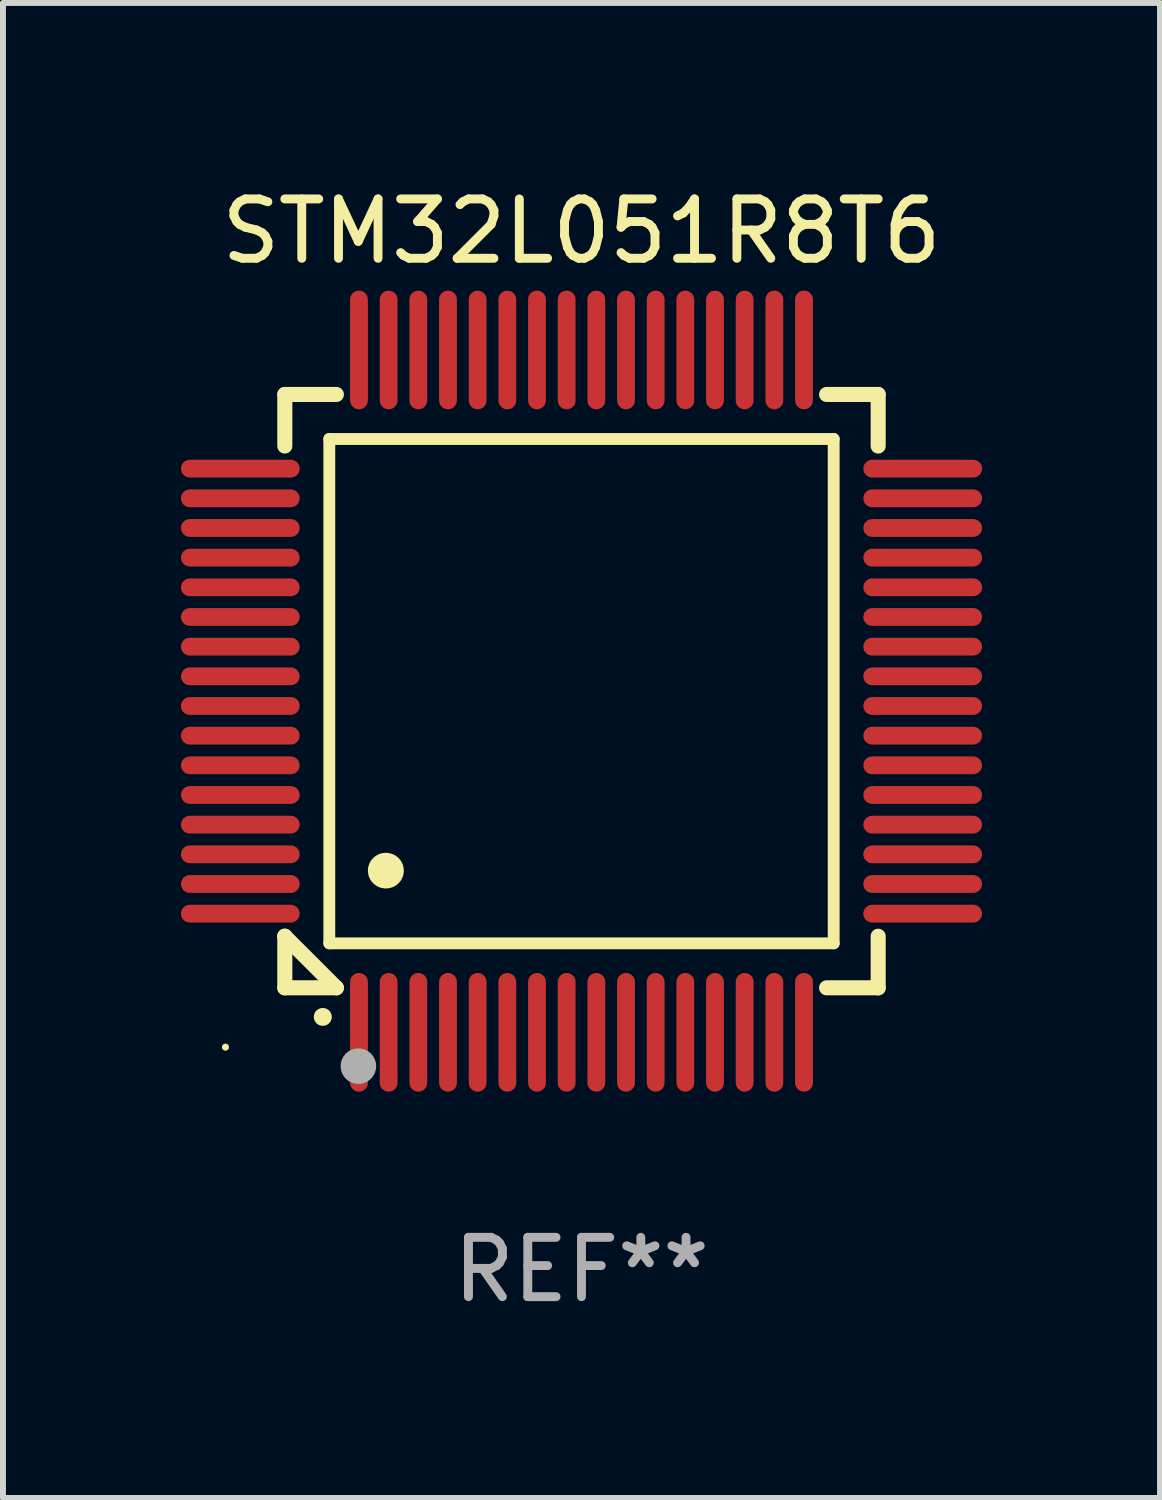
<source format=kicad_pcb>
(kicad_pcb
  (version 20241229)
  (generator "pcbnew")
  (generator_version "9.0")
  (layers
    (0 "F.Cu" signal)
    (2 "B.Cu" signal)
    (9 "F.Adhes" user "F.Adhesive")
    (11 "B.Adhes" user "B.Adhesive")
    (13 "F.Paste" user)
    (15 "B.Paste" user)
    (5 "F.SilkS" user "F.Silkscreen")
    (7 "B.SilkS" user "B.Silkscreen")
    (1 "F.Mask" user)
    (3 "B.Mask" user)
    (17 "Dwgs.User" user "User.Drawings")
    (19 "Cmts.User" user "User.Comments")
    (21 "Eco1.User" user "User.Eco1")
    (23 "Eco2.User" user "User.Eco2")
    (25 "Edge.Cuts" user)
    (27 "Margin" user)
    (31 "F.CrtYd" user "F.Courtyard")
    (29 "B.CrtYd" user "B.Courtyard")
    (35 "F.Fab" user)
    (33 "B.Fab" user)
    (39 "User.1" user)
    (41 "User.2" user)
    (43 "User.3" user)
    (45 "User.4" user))
  (footprint "STM32L051R8T6"
    (layer "F.Cu")
    (at 6.75 8.598)
    (property "Reference" "STM32L051R8T6" (at 0 -7.75 0) (layer "F.SilkS") (effects (font (size 1 1) (thickness 0.15))))
    (attr through_hole)
    (fp_line (start -5 -5) (end -4.131 -5) (stroke (width 0.254) (type solid)) (layer "F.SilkS"))
    (fp_line (start -5 -4.131) (end -5 -5) (stroke (width 0.254) (type solid)) (layer "F.SilkS"))
    (fp_line (start -5 4.131) (end -5 4.131) (stroke (width 0.254) (type solid)) (layer "F.SilkS"))
    (fp_line (start -5 5) (end -5 4.131) (stroke (width 0.254) (type solid)) (layer "F.SilkS"))
    (fp_line (start -5 4.131) (end -4.131 5) (stroke (width 0.254) (type solid)) (layer "F.SilkS"))
    (fp_line (start -4.25 -4.25) (end -4.25 4.25) (stroke (width 0.2) (type solid)) (layer "F.SilkS"))
    (fp_line (start -4.25 4.25) (end 4.25 4.25) (stroke (width 0.2) (type solid)) (layer "F.SilkS"))
    (fp_line (start -4.131 5) (end -5 5) (stroke (width 0.254) (type solid)) (layer "F.SilkS"))
    (fp_line (start 4.25 -4.25) (end -4.25 -4.25) (stroke (width 0.2) (type solid)) (layer "F.SilkS"))
    (fp_line (start 4.25 4.25) (end 4.25 -4.25) (stroke (width 0.2) (type solid)) (layer "F.SilkS"))
    (fp_line (start 5 -5) (end 4.131 -5) (stroke (width 0.254) (type solid)) (layer "F.SilkS"))
    (fp_line (start 5 -5) (end 5 -4.131) (stroke (width 0.254) (type solid)) (layer "F.SilkS"))
    (fp_line (start 5 4.131) (end 5 5) (stroke (width 0.254) (type solid)) (layer "F.SilkS"))
    (fp_line (start 5 5) (end 4.131 5) (stroke (width 0.254) (type solid)) (layer "F.SilkS"))
    (fp_arc (start -4.361265 5.489992) (mid -4.359995 5.489987) (end -4.358725 5.489992) (stroke (width 0.3) (type solid)) (layer "F.SilkS"))
    (fp_arc (start -3.299467 3.025146) (mid -3.296927 3.025135) (end -3.294387 3.025146) (stroke (width 0.6) (type solid)) (layer "F.SilkS"))
    (fp_circle (center -6 6) (end -5.97 6) (stroke (width 0.06) (type solid)) (fill no) (layer "F.SilkS"))
    (fp_circle (center -3.76 6.32) (end -3.61 6.32) (stroke (width 0.3) (type solid)) (fill no) (layer "F.Fab"))
    (fp_text user "REF**" (at 0 9.75 0) (layer "F.Fab") (effects (font (size 1 1) (thickness 0.15))))
    (pad "1" smd oval (at -3.75 5.75) (size 0.3 2) (layers "F.Cu" "F.Mask" "F.Paste"))
    (pad "2" smd oval (at -3.25 5.75) (size 0.3 2) (layers "F.Cu" "F.Mask" "F.Paste"))
    (pad "3" smd oval (at -2.75 5.75) (size 0.3 2) (layers "F.Cu" "F.Mask" "F.Paste"))
    (pad "4" smd oval (at -2.25 5.75) (size 0.3 2) (layers "F.Cu" "F.Mask" "F.Paste"))
    (pad "5" smd oval (at -1.75 5.75) (size 0.3 2) (layers "F.Cu" "F.Mask" "F.Paste"))
    (pad "6" smd oval (at -1.25 5.75) (size 0.3 2) (layers "F.Cu" "F.Mask" "F.Paste"))
    (pad "7" smd oval (at -0.75 5.75) (size 0.3 2) (layers "F.Cu" "F.Mask" "F.Paste"))
    (pad "8" smd oval (at -0.25 5.75) (size 0.3 2) (layers "F.Cu" "F.Mask" "F.Paste"))
    (pad "9" smd oval (at 0.25 5.75) (size 0.3 2) (layers "F.Cu" "F.Mask" "F.Paste"))
    (pad "10" smd oval (at 0.75 5.75) (size 0.3 2) (layers "F.Cu" "F.Mask" "F.Paste"))
    (pad "11" smd oval (at 1.25 5.75) (size 0.3 2) (layers "F.Cu" "F.Mask" "F.Paste"))
    (pad "12" smd oval (at 1.75 5.75) (size 0.3 2) (layers "F.Cu" "F.Mask" "F.Paste"))
    (pad "13" smd oval (at 2.25 5.75) (size 0.3 2) (layers "F.Cu" "F.Mask" "F.Paste"))
    (pad "14" smd oval (at 2.75 5.75) (size 0.3 2) (layers "F.Cu" "F.Mask" "F.Paste"))
    (pad "15" smd oval (at 3.25 5.75) (size 0.3 2) (layers "F.Cu" "F.Mask" "F.Paste"))
    (pad "16" smd oval (at 3.75 5.75) (size 0.3 2) (layers "F.Cu" "F.Mask" "F.Paste"))
    (pad "17" smd oval (at 5.75 3.75) (size 2 0.3) (layers "F.Cu" "F.Mask" "F.Paste"))
    (pad "18" smd oval (at 5.75 3.25) (size 2 0.3) (layers "F.Cu" "F.Mask" "F.Paste"))
    (pad "19" smd oval (at 5.75 2.75) (size 2 0.3) (layers "F.Cu" "F.Mask" "F.Paste"))
    (pad "20" smd oval (at 5.75 2.25) (size 2 0.3) (layers "F.Cu" "F.Mask" "F.Paste"))
    (pad "21" smd oval (at 5.75 1.75) (size 2 0.3) (layers "F.Cu" "F.Mask" "F.Paste"))
    (pad "22" smd oval (at 5.75 1.25) (size 2 0.3) (layers "F.Cu" "F.Mask" "F.Paste"))
    (pad "23" smd oval (at 5.75 0.75) (size 2 0.3) (layers "F.Cu" "F.Mask" "F.Paste"))
    (pad "24" smd oval (at 5.75 0.25) (size 2 0.3) (layers "F.Cu" "F.Mask" "F.Paste"))
    (pad "25" smd oval (at 5.75 -0.25) (size 2 0.3) (layers "F.Cu" "F.Mask" "F.Paste"))
    (pad "26" smd oval (at 5.75 -0.75) (size 2 0.3) (layers "F.Cu" "F.Mask" "F.Paste"))
    (pad "27" smd oval (at 5.75 -1.25) (size 2 0.3) (layers "F.Cu" "F.Mask" "F.Paste"))
    (pad "28" smd oval (at 5.75 -1.75) (size 2 0.3) (layers "F.Cu" "F.Mask" "F.Paste"))
    (pad "29" smd oval (at 5.75 -2.25) (size 2 0.3) (layers "F.Cu" "F.Mask" "F.Paste"))
    (pad "30" smd oval (at 5.75 -2.75) (size 2 0.3) (layers "F.Cu" "F.Mask" "F.Paste"))
    (pad "31" smd oval (at 5.75 -3.25) (size 2 0.3) (layers "F.Cu" "F.Mask" "F.Paste"))
    (pad "32" smd oval (at 5.75 -3.75) (size 2 0.3) (layers "F.Cu" "F.Mask" "F.Paste"))
    (pad "33" smd oval (at 3.75 -5.75) (size 0.3 2) (layers "F.Cu" "F.Mask" "F.Paste"))
    (pad "34" smd oval (at 3.25 -5.75) (size 0.3 2) (layers "F.Cu" "F.Mask" "F.Paste"))
    (pad "35" smd oval (at 2.75 -5.75) (size 0.3 2) (layers "F.Cu" "F.Mask" "F.Paste"))
    (pad "36" smd oval (at 2.25 -5.75) (size 0.3 2) (layers "F.Cu" "F.Mask" "F.Paste"))
    (pad "37" smd oval (at 1.75 -5.75) (size 0.3 2) (layers "F.Cu" "F.Mask" "F.Paste"))
    (pad "38" smd oval (at 1.25 -5.75) (size 0.3 2) (layers "F.Cu" "F.Mask" "F.Paste"))
    (pad "39" smd oval (at 0.75 -5.75) (size 0.3 2) (layers "F.Cu" "F.Mask" "F.Paste"))
    (pad "40" smd oval (at 0.25 -5.75) (size 0.3 2) (layers "F.Cu" "F.Mask" "F.Paste"))
    (pad "41" smd oval (at -0.25 -5.75) (size 0.3 2) (layers "F.Cu" "F.Mask" "F.Paste"))
    (pad "42" smd oval (at -0.75 -5.75) (size 0.3 2) (layers "F.Cu" "F.Mask" "F.Paste"))
    (pad "43" smd oval (at -1.25 -5.75) (size 0.3 2) (layers "F.Cu" "F.Mask" "F.Paste"))
    (pad "44" smd oval (at -1.75 -5.75) (size 0.3 2) (layers "F.Cu" "F.Mask" "F.Paste"))
    (pad "45" smd oval (at -2.25 -5.75) (size 0.3 2) (layers "F.Cu" "F.Mask" "F.Paste"))
    (pad "46" smd oval (at -2.75 -5.75) (size 0.3 2) (layers "F.Cu" "F.Mask" "F.Paste"))
    (pad "47" smd oval (at -3.25 -5.75) (size 0.3 2) (layers "F.Cu" "F.Mask" "F.Paste"))
    (pad "48" smd oval (at -3.75 -5.75) (size 0.3 2) (layers "F.Cu" "F.Mask" "F.Paste"))
    (pad "49" smd oval (at -5.75 -3.75) (size 2 0.3) (layers "F.Cu" "F.Mask" "F.Paste"))
    (pad "50" smd oval (at -5.75 -3.25) (size 2 0.3) (layers "F.Cu" "F.Mask" "F.Paste"))
    (pad "51" smd oval (at -5.75 -2.75) (size 2 0.3) (layers "F.Cu" "F.Mask" "F.Paste"))
    (pad "52" smd oval (at -5.75 -2.25) (size 2 0.3) (layers "F.Cu" "F.Mask" "F.Paste"))
    (pad "53" smd oval (at -5.75 -1.75) (size 2 0.3) (layers "F.Cu" "F.Mask" "F.Paste"))
    (pad "54" smd oval (at -5.75 -1.25) (size 2 0.3) (layers "F.Cu" "F.Mask" "F.Paste"))
    (pad "55" smd oval (at -5.75 -0.75) (size 2 0.3) (layers "F.Cu" "F.Mask" "F.Paste"))
    (pad "56" smd oval (at -5.75 -0.25) (size 2 0.3) (layers "F.Cu" "F.Mask" "F.Paste"))
    (pad "57" smd oval (at -5.75 0.25) (size 2 0.3) (layers "F.Cu" "F.Mask" "F.Paste"))
    (pad "58" smd oval (at -5.75 0.75) (size 2 0.3) (layers "F.Cu" "F.Mask" "F.Paste"))
    (pad "59" smd oval (at -5.75 1.25) (size 2 0.3) (layers "F.Cu" "F.Mask" "F.Paste"))
    (pad "60" smd oval (at -5.75 1.75) (size 2 0.3) (layers "F.Cu" "F.Mask" "F.Paste"))
    (pad "61" smd oval (at -5.75 2.25) (size 2 0.3) (layers "F.Cu" "F.Mask" "F.Paste"))
    (pad "62" smd oval (at -5.75 2.75) (size 2 0.3) (layers "F.Cu" "F.Mask" "F.Paste"))
    (pad "63" smd oval (at -5.75 3.25) (size 2 0.3) (layers "F.Cu" "F.Mask" "F.Paste"))
    (pad "64" smd oval (at -5.75 3.75) (size 2 0.3) (layers "F.Cu" "F.Mask" "F.Paste")))
  (gr_rect
    (start -3 -3)
    (end 16.5 22.196)
    (stroke (width 0.1) (type default))
    (fill no)
    (layer "Edge.Cuts")))
</source>
